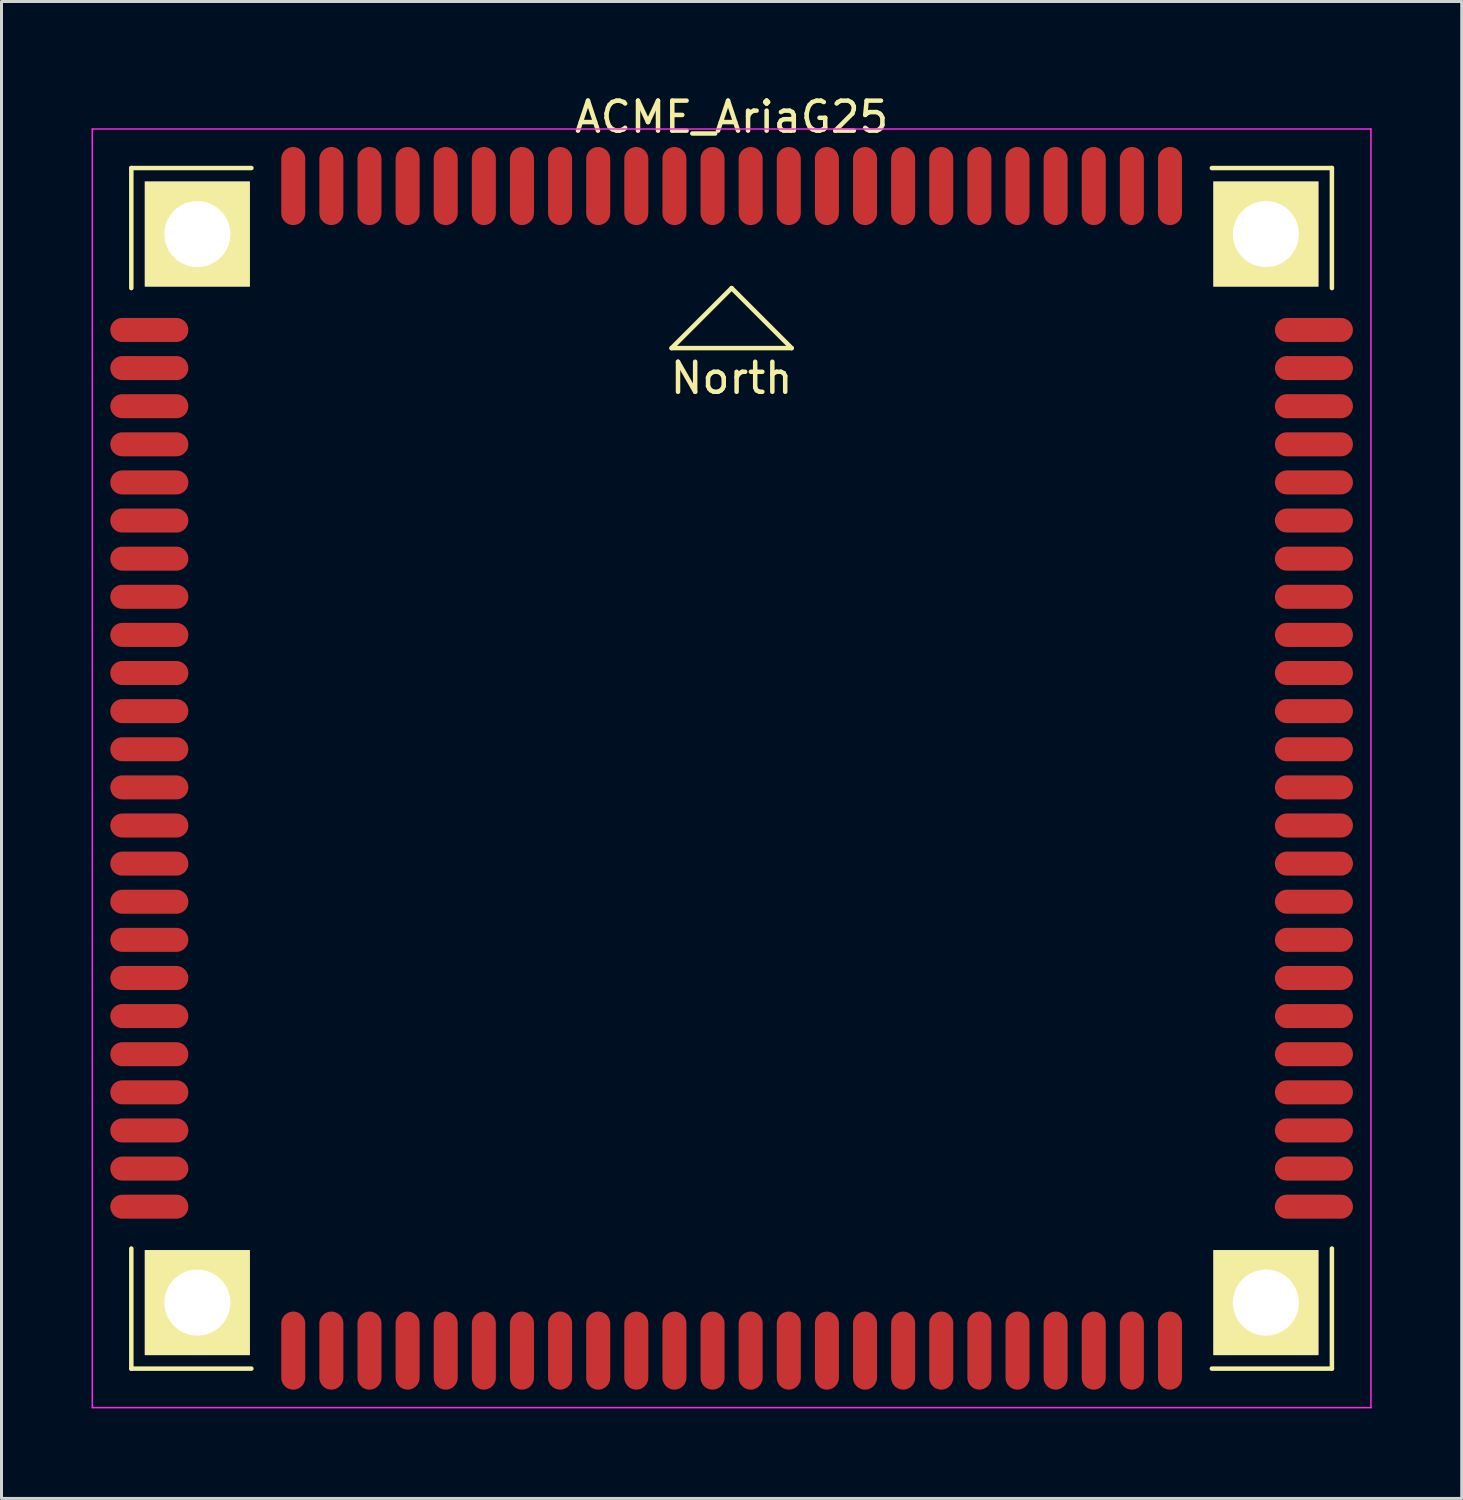
<source format=kicad_pcb>
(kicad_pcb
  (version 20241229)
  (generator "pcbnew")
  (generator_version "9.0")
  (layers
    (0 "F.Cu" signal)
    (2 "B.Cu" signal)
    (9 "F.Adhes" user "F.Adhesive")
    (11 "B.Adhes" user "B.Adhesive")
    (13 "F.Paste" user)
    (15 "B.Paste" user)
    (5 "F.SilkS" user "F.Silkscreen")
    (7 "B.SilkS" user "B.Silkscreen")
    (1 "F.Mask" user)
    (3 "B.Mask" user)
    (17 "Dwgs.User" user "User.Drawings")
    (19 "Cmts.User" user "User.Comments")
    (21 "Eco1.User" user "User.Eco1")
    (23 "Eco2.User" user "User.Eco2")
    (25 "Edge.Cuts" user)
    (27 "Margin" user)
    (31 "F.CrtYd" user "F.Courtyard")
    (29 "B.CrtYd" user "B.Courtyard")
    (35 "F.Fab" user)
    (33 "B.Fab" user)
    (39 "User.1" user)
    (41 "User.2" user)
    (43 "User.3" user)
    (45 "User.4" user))
  (footprint "ACME_AriaG25"
    (layer "F.Cu")
    (at 21.325 22.548)
    (property "Reference" "ACME_AriaG25" (at 0 -21.7 0) (layer "F.SilkS") (effects (font (size 1 1) (thickness 0.15))))
    (attr through_hole)
    (fp_line (start -20 -20) (end -16 -20) (stroke (width 0.15) (type solid)) (layer "F.SilkS"))
    (fp_line (start -20 -16) (end -20 -20) (stroke (width 0.15) (type solid)) (layer "F.SilkS"))
    (fp_line (start -20 20) (end -20 16) (stroke (width 0.15) (type solid)) (layer "F.SilkS"))
    (fp_line (start -16 20) (end -20 20) (stroke (width 0.15) (type solid)) (layer "F.SilkS"))
    (fp_line (start -2 -14) (end 0 -16) (stroke (width 0.15) (type solid)) (layer "F.SilkS"))
    (fp_line (start 0 -16) (end 2 -14) (stroke (width 0.15) (type solid)) (layer "F.SilkS"))
    (fp_line (start 2 -14) (end -2 -14) (stroke (width 0.15) (type solid)) (layer "F.SilkS"))
    (fp_line (start 16 -20) (end 20 -20) (stroke (width 0.15) (type solid)) (layer "F.SilkS"))
    (fp_line (start 16 20) (end 20 20) (stroke (width 0.15) (type solid)) (layer "F.SilkS"))
    (fp_line (start 20 -20) (end 20 -16) (stroke (width 0.15) (type solid)) (layer "F.SilkS"))
    (fp_line (start 20 20) (end 20 16) (stroke (width 0.15) (type solid)) (layer "F.SilkS"))
    (fp_line (start -21.3 -21.3) (end 21.3 -21.3) (stroke (width 0.05) (type solid)) (layer "F.CrtYd"))
    (fp_line (start -21.3 21.3) (end -21.3 -21.3) (stroke (width 0.05) (type solid)) (layer "F.CrtYd"))
    (fp_line (start 21.3 -21.3) (end 21.3 21.3) (stroke (width 0.05) (type solid)) (layer "F.CrtYd"))
    (fp_line (start 21.3 21.3) (end -21.3 21.3) (stroke (width 0.05) (type solid)) (layer "F.CrtYd"))
    (fp_text user "North" (at 0 -13 0) (layer "F.SilkS") (effects (font (size 1 1) (thickness 0.15))))
    (pad "E1" smd oval (at 19.4 -14.605 90) (size 0.8 2.6) (layers "F.Cu" "F.Mask" "F.Paste"))
    (pad "E2" smd oval (at 19.4 -13.335 90) (size 0.8 2.6) (layers "F.Cu" "F.Mask" "F.Paste"))
    (pad "E3" smd oval (at 19.4 -12.065 90) (size 0.8 2.6) (layers "F.Cu" "F.Mask" "F.Paste"))
    (pad "E4" smd oval (at 19.4 -10.795 90) (size 0.8 2.6) (layers "F.Cu" "F.Mask" "F.Paste"))
    (pad "E5" smd oval (at 19.4 -9.525 90) (size 0.8 2.6) (layers "F.Cu" "F.Mask" "F.Paste"))
    (pad "E6" smd oval (at 19.4 -8.255 90) (size 0.8 2.6) (layers "F.Cu" "F.Mask" "F.Paste"))
    (pad "E7" smd oval (at 19.4 -6.985 90) (size 0.8 2.6) (layers "F.Cu" "F.Mask" "F.Paste"))
    (pad "E8" smd oval (at 19.4 -5.715 90) (size 0.8 2.6) (layers "F.Cu" "F.Mask" "F.Paste"))
    (pad "E9" smd oval (at 19.4 -4.445 90) (size 0.8 2.6) (layers "F.Cu" "F.Mask" "F.Paste"))
    (pad "E10" smd oval (at 19.4 -3.175 90) (size 0.8 2.6) (layers "F.Cu" "F.Mask" "F.Paste"))
    (pad "E11" smd oval (at 19.4 -1.905 90) (size 0.8 2.6) (layers "F.Cu" "F.Mask" "F.Paste"))
    (pad "E12" smd oval (at 19.4 -0.635 90) (size 0.8 2.6) (layers "F.Cu" "F.Mask" "F.Paste"))
    (pad "E13" smd oval (at 19.4 0.635 90) (size 0.8 2.6) (layers "F.Cu" "F.Mask" "F.Paste"))
    (pad "E14" smd oval (at 19.4 1.905 90) (size 0.8 2.6) (layers "F.Cu" "F.Mask" "F.Paste"))
    (pad "E15" smd oval (at 19.4 3.175 90) (size 0.8 2.6) (layers "F.Cu" "F.Mask" "F.Paste"))
    (pad "E16" smd oval (at 19.4 4.445 90) (size 0.8 2.6) (layers "F.Cu" "F.Mask" "F.Paste"))
    (pad "E17" smd oval (at 19.4 5.715 90) (size 0.8 2.6) (layers "F.Cu" "F.Mask" "F.Paste"))
    (pad "E18" smd oval (at 19.4 6.985 90) (size 0.8 2.6) (layers "F.Cu" "F.Mask" "F.Paste"))
    (pad "E19" smd oval (at 19.4 8.255 90) (size 0.8 2.6) (layers "F.Cu" "F.Mask" "F.Paste"))
    (pad "E20" smd oval (at 19.4 9.525 90) (size 0.8 2.6) (layers "F.Cu" "F.Mask" "F.Paste"))
    (pad "E21" smd oval (at 19.4 10.795 90) (size 0.8 2.6) (layers "F.Cu" "F.Mask" "F.Paste"))
    (pad "E22" smd oval (at 19.4 12.065 90) (size 0.8 2.6) (layers "F.Cu" "F.Mask" "F.Paste"))
    (pad "E23" smd oval (at 19.4 13.335 90) (size 0.8 2.6) (layers "F.Cu" "F.Mask" "F.Paste"))
    (pad "E24" smd oval (at 19.4 14.605 90) (size 0.8 2.6) (layers "F.Cu" "F.Mask" "F.Paste"))
    (pad "GND" thru_hole rect (at -17.8 -17.8) (size 3.5 3.5) (drill 2.2) (layers "*.Cu" "*.Mask" "F.SilkS"))
    (pad "GND" thru_hole rect (at -17.8 17.8) (size 3.5 3.5) (drill 2.2) (layers "*.Cu" "*.Mask" "F.SilkS"))
    (pad "GND" thru_hole rect (at 17.8 -17.8) (size 3.5 3.5) (drill 2.2) (layers "*.Cu" "*.Mask" "F.SilkS"))
    (pad "GND" thru_hole rect (at 17.8 17.8) (size 3.5 3.5) (drill 2.2) (layers "*.Cu" "*.Mask" "F.SilkS"))
    (pad "N1" smd oval (at -14.605 -19.4) (size 0.8 2.6) (layers "F.Cu" "F.Mask" "F.Paste"))
    (pad "N2" smd oval (at -13.335 -19.4) (size 0.8 2.6) (layers "F.Cu" "F.Mask" "F.Paste"))
    (pad "N3" smd oval (at -12.065 -19.4) (size 0.8 2.6) (layers "F.Cu" "F.Mask" "F.Paste"))
    (pad "N4" smd oval (at -10.795 -19.4) (size 0.8 2.6) (layers "F.Cu" "F.Mask" "F.Paste"))
    (pad "N5" smd oval (at -9.525 -19.4) (size 0.8 2.6) (layers "F.Cu" "F.Mask" "F.Paste"))
    (pad "N6" smd oval (at -8.255 -19.4) (size 0.8 2.6) (layers "F.Cu" "F.Mask" "F.Paste"))
    (pad "N7" smd oval (at -6.985 -19.4) (size 0.8 2.6) (layers "F.Cu" "F.Mask" "F.Paste"))
    (pad "N8" smd oval (at -5.715 -19.4) (size 0.8 2.6) (layers "F.Cu" "F.Mask" "F.Paste"))
    (pad "N9" smd oval (at -4.445 -19.4) (size 0.8 2.6) (layers "F.Cu" "F.Mask" "F.Paste"))
    (pad "N10" smd oval (at -3.175 -19.4) (size 0.8 2.6) (layers "F.Cu" "F.Mask" "F.Paste"))
    (pad "N11" smd oval (at -1.905 -19.4) (size 0.8 2.6) (layers "F.Cu" "F.Mask" "F.Paste"))
    (pad "N12" smd oval (at -0.635 -19.4) (size 0.8 2.6) (layers "F.Cu" "F.Mask" "F.Paste"))
    (pad "N13" smd oval (at 0.635 -19.4) (size 0.8 2.6) (layers "F.Cu" "F.Mask" "F.Paste"))
    (pad "N14" smd oval (at 1.905 -19.4) (size 0.8 2.6) (layers "F.Cu" "F.Mask" "F.Paste"))
    (pad "N15" smd oval (at 3.175 -19.4) (size 0.8 2.6) (layers "F.Cu" "F.Mask" "F.Paste"))
    (pad "N16" smd oval (at 4.445 -19.4) (size 0.8 2.6) (layers "F.Cu" "F.Mask" "F.Paste"))
    (pad "N17" smd oval (at 5.715 -19.4) (size 0.8 2.6) (layers "F.Cu" "F.Mask" "F.Paste"))
    (pad "N18" smd oval (at 6.985 -19.4) (size 0.8 2.6) (layers "F.Cu" "F.Mask" "F.Paste"))
    (pad "N19" smd oval (at 8.255 -19.4) (size 0.8 2.6) (layers "F.Cu" "F.Mask" "F.Paste"))
    (pad "N20" smd oval (at 9.525 -19.4) (size 0.8 2.6) (layers "F.Cu" "F.Mask" "F.Paste"))
    (pad "N21" smd oval (at 10.795 -19.4) (size 0.8 2.6) (layers "F.Cu" "F.Mask" "F.Paste"))
    (pad "N22" smd oval (at 12.065 -19.4) (size 0.8 2.6) (layers "F.Cu" "F.Mask" "F.Paste"))
    (pad "N23" smd oval (at 13.335 -19.4) (size 0.8 2.6) (layers "F.Cu" "F.Mask" "F.Paste"))
    (pad "N24" smd oval (at 14.605 -19.4) (size 0.8 2.6) (layers "F.Cu" "F.Mask" "F.Paste"))
    (pad "S1" smd oval (at 14.605 19.4) (size 0.8 2.6) (layers "F.Cu" "F.Mask" "F.Paste"))
    (pad "S2" smd oval (at 13.335 19.4) (size 0.8 2.6) (layers "F.Cu" "F.Mask" "F.Paste"))
    (pad "S3" smd oval (at 12.065 19.4) (size 0.8 2.6) (layers "F.Cu" "F.Mask" "F.Paste"))
    (pad "S4" smd oval (at 10.795 19.4) (size 0.8 2.6) (layers "F.Cu" "F.Mask" "F.Paste"))
    (pad "S5" smd oval (at 9.525 19.4) (size 0.8 2.6) (layers "F.Cu" "F.Mask" "F.Paste"))
    (pad "S6" smd oval (at 8.255 19.4) (size 0.8 2.6) (layers "F.Cu" "F.Mask" "F.Paste"))
    (pad "S7" smd oval (at 6.985 19.4) (size 0.8 2.6) (layers "F.Cu" "F.Mask" "F.Paste"))
    (pad "S8" smd oval (at 5.715 19.4) (size 0.8 2.6) (layers "F.Cu" "F.Mask" "F.Paste"))
    (pad "S9" smd oval (at 4.445 19.4) (size 0.8 2.6) (layers "F.Cu" "F.Mask" "F.Paste"))
    (pad "S10" smd oval (at 3.175 19.4) (size 0.8 2.6) (layers "F.Cu" "F.Mask" "F.Paste"))
    (pad "S11" smd oval (at 1.905 19.4) (size 0.8 2.6) (layers "F.Cu" "F.Mask" "F.Paste"))
    (pad "S12" smd oval (at 0.635 19.4) (size 0.8 2.6) (layers "F.Cu" "F.Mask" "F.Paste"))
    (pad "S13" smd oval (at -0.635 19.4) (size 0.8 2.6) (layers "F.Cu" "F.Mask" "F.Paste"))
    (pad "S14" smd oval (at -1.905 19.4) (size 0.8 2.6) (layers "F.Cu" "F.Mask" "F.Paste"))
    (pad "S15" smd oval (at -3.175 19.4) (size 0.8 2.6) (layers "F.Cu" "F.Mask" "F.Paste"))
    (pad "S16" smd oval (at -4.445 19.4) (size 0.8 2.6) (layers "F.Cu" "F.Mask" "F.Paste"))
    (pad "S17" smd oval (at -5.715 19.4) (size 0.8 2.6) (layers "F.Cu" "F.Mask" "F.Paste"))
    (pad "S18" smd oval (at -6.985 19.4) (size 0.8 2.6) (layers "F.Cu" "F.Mask" "F.Paste"))
    (pad "S19" smd oval (at -8.255 19.4) (size 0.8 2.6) (layers "F.Cu" "F.Mask" "F.Paste"))
    (pad "S20" smd oval (at -9.525 19.4) (size 0.8 2.6) (layers "F.Cu" "F.Mask" "F.Paste"))
    (pad "S21" smd oval (at -10.795 19.4) (size 0.8 2.6) (layers "F.Cu" "F.Mask" "F.Paste"))
    (pad "S22" smd oval (at -12.065 19.4) (size 0.8 2.6) (layers "F.Cu" "F.Mask" "F.Paste"))
    (pad "S23" smd oval (at -13.335 19.4) (size 0.8 2.6) (layers "F.Cu" "F.Mask" "F.Paste"))
    (pad "S24" smd oval (at -14.605 19.4) (size 0.8 2.6) (layers "F.Cu" "F.Mask" "F.Paste"))
    (pad "W1" smd oval (at -19.4 14.605 90) (size 0.8 2.6) (layers "F.Cu" "F.Mask" "F.Paste"))
    (pad "W2" smd oval (at -19.4 13.335 90) (size 0.8 2.6) (layers "F.Cu" "F.Mask" "F.Paste"))
    (pad "W3" smd oval (at -19.4 12.065 90) (size 0.8 2.6) (layers "F.Cu" "F.Mask" "F.Paste"))
    (pad "W4" smd oval (at -19.4 10.795 90) (size 0.8 2.6) (layers "F.Cu" "F.Mask" "F.Paste"))
    (pad "W5" smd oval (at -19.4 9.525 90) (size 0.8 2.6) (layers "F.Cu" "F.Mask" "F.Paste"))
    (pad "W6" smd oval (at -19.4 8.255 90) (size 0.8 2.6) (layers "F.Cu" "F.Mask" "F.Paste"))
    (pad "W7" smd oval (at -19.4 6.985 90) (size 0.8 2.6) (layers "F.Cu" "F.Mask" "F.Paste"))
    (pad "W8" smd oval (at -19.4 5.715 90) (size 0.8 2.6) (layers "F.Cu" "F.Mask" "F.Paste"))
    (pad "W9" smd oval (at -19.4 4.445 90) (size 0.8 2.6) (layers "F.Cu" "F.Mask" "F.Paste"))
    (pad "W10" smd oval (at -19.4 3.175 90) (size 0.8 2.6) (layers "F.Cu" "F.Mask" "F.Paste"))
    (pad "W11" smd oval (at -19.4 1.905 90) (size 0.8 2.6) (layers "F.Cu" "F.Mask" "F.Paste"))
    (pad "W12" smd oval (at -19.4 0.635 90) (size 0.8 2.6) (layers "F.Cu" "F.Mask" "F.Paste"))
    (pad "W13" smd oval (at -19.4 -0.635 90) (size 0.8 2.6) (layers "F.Cu" "F.Mask" "F.Paste"))
    (pad "W14" smd oval (at -19.4 -1.905 90) (size 0.8 2.6) (layers "F.Cu" "F.Mask" "F.Paste"))
    (pad "W15" smd oval (at -19.4 -3.175 90) (size 0.8 2.6) (layers "F.Cu" "F.Mask" "F.Paste"))
    (pad "W16" smd oval (at -19.4 -4.445 90) (size 0.8 2.6) (layers "F.Cu" "F.Mask" "F.Paste"))
    (pad "W17" smd oval (at -19.4 -5.715 90) (size 0.8 2.6) (layers "F.Cu" "F.Mask" "F.Paste"))
    (pad "W18" smd oval (at -19.4 -6.985 90) (size 0.8 2.6) (layers "F.Cu" "F.Mask" "F.Paste"))
    (pad "W19" smd oval (at -19.4 -8.255 90) (size 0.8 2.6) (layers "F.Cu" "F.Mask" "F.Paste"))
    (pad "W20" smd oval (at -19.4 -9.525 90) (size 0.8 2.6) (layers "F.Cu" "F.Mask" "F.Paste"))
    (pad "W21" smd oval (at -19.4 -10.795 90) (size 0.8 2.6) (layers "F.Cu" "F.Mask" "F.Paste"))
    (pad "W22" smd oval (at -19.4 -12.065 90) (size 0.8 2.6) (layers "F.Cu" "F.Mask" "F.Paste"))
    (pad "W23" smd oval (at -19.4 -13.335 90) (size 0.8 2.6) (layers "F.Cu" "F.Mask" "F.Paste"))
    (pad "W24" smd oval (at -19.4 -14.605 90) (size 0.8 2.6) (layers "F.Cu" "F.Mask" "F.Paste")))
  (gr_rect
    (start -3 -3)
    (end 45.65 46.873)
    (stroke (width 0.1) (type default))
    (fill no)
    (layer "Edge.Cuts")))
</source>
